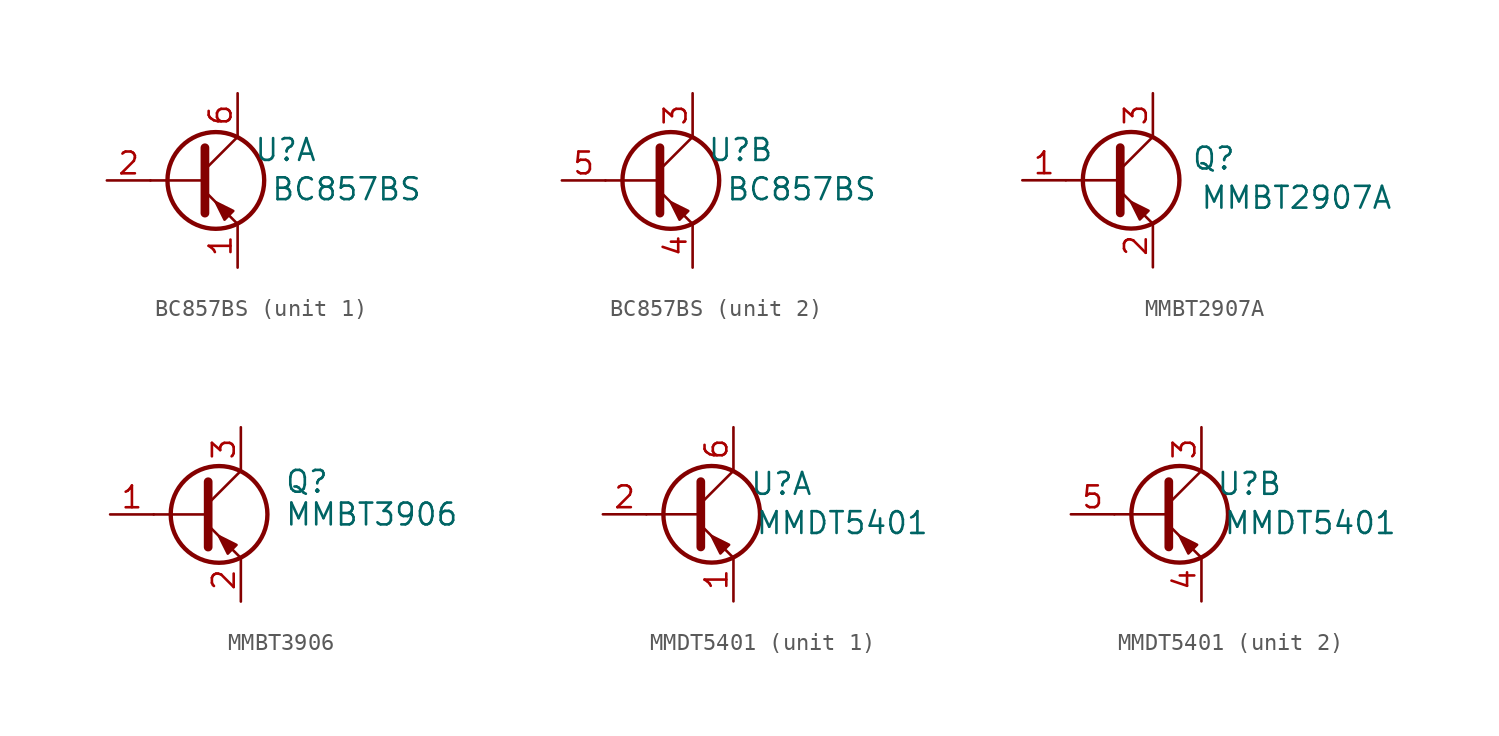
<source format=kicad_sym>
(kicad_symbol_lib
  (version 20241209)
  (generator "kicad_symbol_editor")
  (generator_version "9.0")
  (symbol "BC857BS"
    (pin_names
      (hide yes))
    (property "Reference" "U"
      (at 2.794 1.778 0)
      (effects (font (size 1.27 1.27))))
    (property "Value" "BC857BS"
      (at 6.35 -0.508 0)
      (effects (font (size 1.27 1.27))))
    (symbol "BC857BS_0_1"
      (polyline (pts (xy -5.08 0) (xy -1.905 0)) (stroke (width 0) (type default)) (fill (type none)))
      (polyline (pts (xy -1.905 1.905) (xy -1.905 -1.905)) (stroke (width 0.508) (type default)) (fill (type none)))
      (polyline (pts (xy -1.905 0.635) (xy 0 2.54)) (stroke (width 0) (type default)) (fill (type none)))
      (polyline (pts (xy -1.905 -0.635) (xy 0 -2.54)) (stroke (width 0) (type default)) (fill (type none)))
      (circle (center -1.27 0) (radius 2.819) (stroke (width 0.254) (type default)) (fill (type none)))
      (polyline (pts (xy -0.254 -1.778) (xy -0.762 -2.286) (xy -1.27 -1.27) (xy -0.254 -1.778)) (stroke (width 0) (type default)) (fill (type outline))))
    (symbol "BC857BS_1_1"
      (pin input line (at -7.62 0 0) (length 2.54) (name "B" (effects (font (size 1.27 1.27)))) (number "2" (effects (font (size 1.27 1.27)))))
      (pin passive line (at 0 5.08 270) (length 2.54) (name "C" (effects (font (size 1.27 1.27)))) (number "6" (effects (font (size 1.27 1.27)))))
      (pin passive line (at 0 -5.08 90) (length 2.54) (name "E" (effects (font (size 1.27 1.27)))) (number "1" (effects (font (size 1.27 1.27))))))
    (symbol "BC857BS_2_1"
      (pin input line (at -7.62 0 0) (length 2.54) (name "B" (effects (font (size 1.27 1.27)))) (number "5" (effects (font (size 1.27 1.27)))))
      (pin passive line (at 0 5.08 270) (length 2.54) (name "C" (effects (font (size 1.27 1.27)))) (number "3" (effects (font (size 1.27 1.27)))))
      (pin passive line (at 0 -5.08 90) (length 2.54) (name "E" (effects (font (size 1.27 1.27)))) (number "4" (effects (font (size 1.27 1.27)))))))
  (symbol "MMBT2907A"
    (pin_names
      (hide yes))
    (property "Reference" "Q"
      (at 3.556 1.27 0)
      (effects (font (size 1.27 1.27))))
    (property "Value" "MMBT2907A"
      (at 8.382 -1.016 0)
      (effects (font (size 1.27 1.27))))
    (symbol "MMBT2907A_0_1"
      (polyline (pts (xy -5.08 0) (xy -1.905 0)) (stroke (width 0) (type default)) (fill (type none)))
      (polyline (pts (xy -1.905 1.905) (xy -1.905 -1.905)) (stroke (width 0.508) (type default)) (fill (type none)))
      (polyline (pts (xy -1.905 0.635) (xy 0 2.54)) (stroke (width 0) (type default)) (fill (type none)))
      (polyline (pts (xy -1.905 -0.635) (xy 0 -2.54)) (stroke (width 0) (type default)) (fill (type none)))
      (circle (center -1.27 0) (radius 2.819) (stroke (width 0.254) (type default)) (fill (type none)))
      (polyline (pts (xy -0.254 -1.778) (xy -0.762 -2.286) (xy -1.27 -1.27) (xy -0.254 -1.778)) (stroke (width 0) (type default)) (fill (type outline))))
    (symbol "MMBT2907A_1_1"
      (pin input line (at -7.62 0 0) (length 2.54) (name "B" (effects (font (size 1.27 1.27)))) (number "1" (effects (font (size 1.27 1.27)))))
      (pin passive line (at 0 5.08 270) (length 2.54) (name "C" (effects (font (size 1.27 1.27)))) (number "3" (effects (font (size 1.27 1.27)))))
      (pin passive line (at 0 -5.08 90) (length 2.54) (name "E" (effects (font (size 1.27 1.27)))) (number "2" (effects (font (size 1.27 1.27)))))))
  (symbol "MMBT3906"
    (pin_names
      (offset 0)
      (hide yes))
    (property "Reference" "Q"
      (at 5.08 1.905 0)
      (effects (font (size 1.27 1.27)) (justify left)))
    (property "Value" "MMBT3906"
      (at 5.08 0 0)
      (effects (font (size 1.27 1.27)) (justify left)))
    (symbol "MMBT3906_0_1"
      (polyline (pts (xy -2.54 0) (xy 0.635 0)) (stroke (width 0) (type default)) (fill (type none)))
      (polyline (pts (xy 0.635 1.905) (xy 0.635 -1.905)) (stroke (width 0.508) (type default)) (fill (type none)))
      (polyline (pts (xy 0.635 0.635) (xy 2.54 2.54)) (stroke (width 0) (type default)) (fill (type none)))
      (polyline (pts (xy 0.635 -0.635) (xy 2.54 -2.54)) (stroke (width 0) (type default)) (fill (type none)))
      (circle (center 1.27 0) (radius 2.819) (stroke (width 0.254) (type default)) (fill (type none)))
      (polyline (pts (xy 2.286 -1.778) (xy 1.778 -2.286) (xy 1.27 -1.27) (xy 2.286 -1.778)) (stroke (width 0) (type default)) (fill (type outline))))
    (symbol "MMBT3906_1_1"
      (pin input line (at -5.08 0 0) (length 2.54) (name "B" (effects (font (size 1.27 1.27)))) (number "1" (effects (font (size 1.27 1.27)))))
      (pin passive line (at 2.54 5.08 270) (length 2.54) (name "C" (effects (font (size 1.27 1.27)))) (number "3" (effects (font (size 1.27 1.27)))))
      (pin passive line (at 2.54 -5.08 90) (length 2.54) (name "E" (effects (font (size 1.27 1.27)))) (number "2" (effects (font (size 1.27 1.27)))))))
  (symbol "MMDT5401"
    (pin_names
      (hide yes))
    (property "Reference" "U"
      (at 2.794 1.778 0)
      (effects (font (size 1.27 1.27))))
    (property "Value" "MMDT5401"
      (at 6.35 -0.508 0)
      (effects (font (size 1.27 1.27))))
    (symbol "MMDT5401_0_1"
      (polyline (pts (xy -5.08 0) (xy -1.905 0)) (stroke (width 0) (type default)) (fill (type none)))
      (polyline (pts (xy -1.905 1.905) (xy -1.905 -1.905)) (stroke (width 0.508) (type default)) (fill (type none)))
      (polyline (pts (xy -1.905 0.635) (xy 0 2.54)) (stroke (width 0) (type default)) (fill (type none)))
      (polyline (pts (xy -1.905 -0.635) (xy 0 -2.54)) (stroke (width 0) (type default)) (fill (type none)))
      (circle (center -1.27 0) (radius 2.819) (stroke (width 0.254) (type default)) (fill (type none)))
      (polyline (pts (xy -0.254 -1.778) (xy -0.762 -2.286) (xy -1.27 -1.27) (xy -0.254 -1.778)) (stroke (width 0) (type default)) (fill (type outline))))
    (symbol "MMDT5401_1_1"
      (pin input line (at -7.62 0 0) (length 2.54) (name "B" (effects (font (size 1.27 1.27)))) (number "2" (effects (font (size 1.27 1.27)))))
      (pin passive line (at 0 5.08 270) (length 2.54) (name "C" (effects (font (size 1.27 1.27)))) (number "6" (effects (font (size 1.27 1.27)))))
      (pin passive line (at 0 -5.08 90) (length 2.54) (name "E" (effects (font (size 1.27 1.27)))) (number "1" (effects (font (size 1.27 1.27))))))
    (symbol "MMDT5401_2_1"
      (pin input line (at -7.62 0 0) (length 2.54) (name "B" (effects (font (size 1.27 1.27)))) (number "5" (effects (font (size 1.27 1.27)))))
      (pin passive line (at 0 5.08 270) (length 2.54) (name "C" (effects (font (size 1.27 1.27)))) (number "3" (effects (font (size 1.27 1.27)))))
      (pin passive line (at 0 -5.08 90) (length 2.54) (name "E" (effects (font (size 1.27 1.27)))) (number "4" (effects (font (size 1.27 1.27))))))))
</source>
